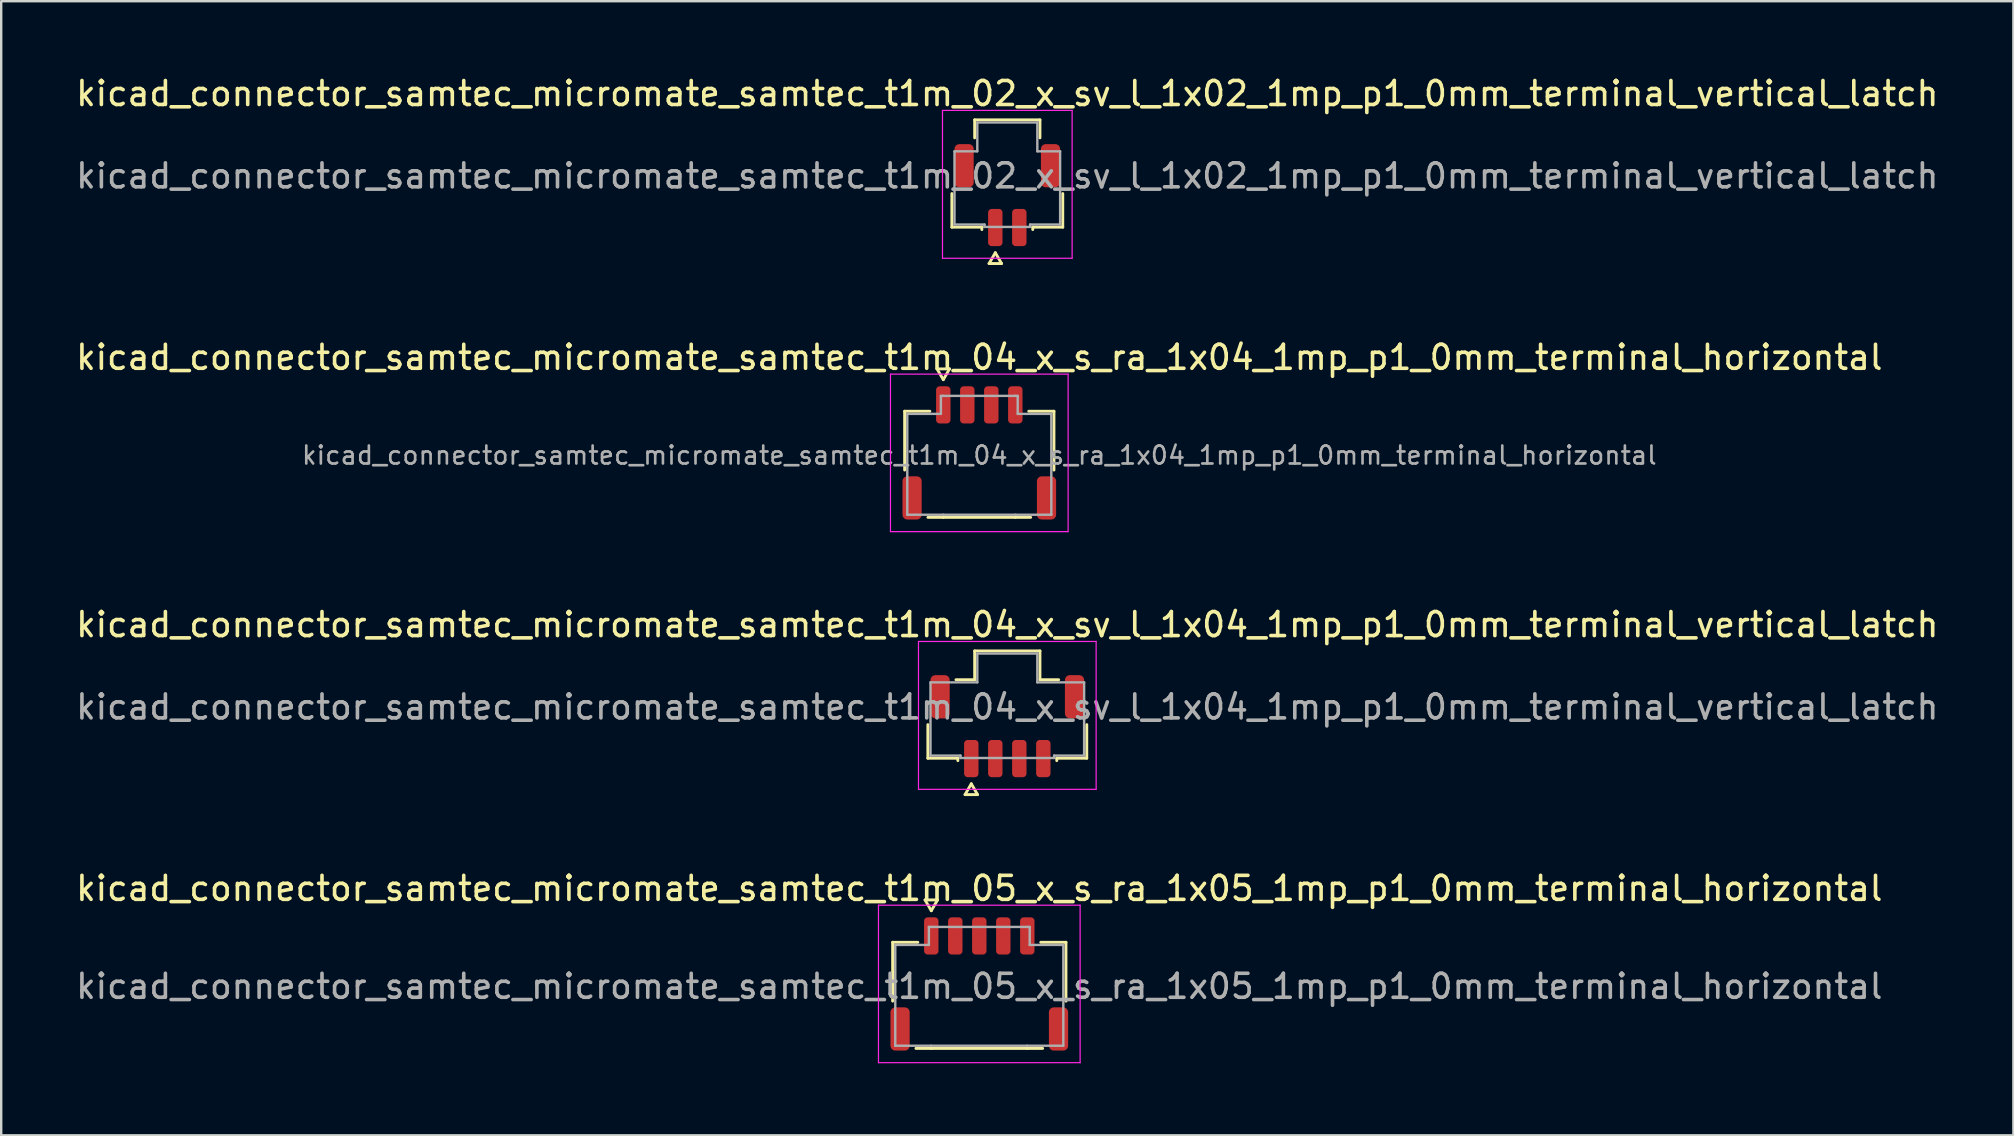
<source format=kicad_pcb>
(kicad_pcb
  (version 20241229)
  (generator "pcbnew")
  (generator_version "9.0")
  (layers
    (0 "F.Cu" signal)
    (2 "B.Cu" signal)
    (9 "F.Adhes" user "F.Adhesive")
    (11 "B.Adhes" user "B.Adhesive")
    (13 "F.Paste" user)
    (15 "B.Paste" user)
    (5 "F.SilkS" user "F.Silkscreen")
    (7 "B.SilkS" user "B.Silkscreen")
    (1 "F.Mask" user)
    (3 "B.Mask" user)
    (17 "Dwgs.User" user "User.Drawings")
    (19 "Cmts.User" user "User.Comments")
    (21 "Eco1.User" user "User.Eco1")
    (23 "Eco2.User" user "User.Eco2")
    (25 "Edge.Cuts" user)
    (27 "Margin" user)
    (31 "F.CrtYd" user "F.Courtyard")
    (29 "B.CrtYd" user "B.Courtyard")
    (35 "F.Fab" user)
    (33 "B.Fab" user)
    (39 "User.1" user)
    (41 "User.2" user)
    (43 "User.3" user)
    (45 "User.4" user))
  (footprint "kicad_connector_samtec_micromate_samtec_t1m_05_x_s_ra_1x05_1mp_p1_0mm_terminal_horizontal"
    (layer "F.Cu")
    (at 37.744 38.038)
    (property "Reference" "kicad_connector_samtec_micromate_samtec_t1m_05_x_s_ra_1x05_1mp_p1_0mm_terminal_horizontal" (at 0 -4.08 0) (layer "F.SilkS") (effects (font (size 1 1) (thickness 0.15))))
    (attr smd)
    (fp_line (start -3.61 -1.835) (end -2.56 -1.835) (stroke (width 0.12) (type solid)) (layer "F.SilkS"))
    (fp_line (start -3.61 0.615) (end -3.61 -1.835) (stroke (width 0.12) (type solid)) (layer "F.SilkS"))
    (fp_line (start -2.26 -3.6) (end -2 -3.15) (stroke (width 0.12) (type solid)) (layer "F.SilkS"))
    (fp_line (start -2 -3.15) (end -1.74 -3.6) (stroke (width 0.12) (type solid)) (layer "F.SilkS"))
    (fp_line (start -2 2.585) (end -2.64 2.585) (stroke (width 0.12) (type solid)) (layer "F.SilkS"))
    (fp_line (start -1.74 -3.6) (end -2.26 -3.6) (stroke (width 0.12) (type solid)) (layer "F.SilkS"))
    (fp_line (start 2 2.585) (end -2 2.585) (stroke (width 0.12) (type solid)) (layer "F.SilkS"))
    (fp_line (start 2.56 -1.835) (end 3.61 -1.835) (stroke (width 0.12) (type solid)) (layer "F.SilkS"))
    (fp_line (start 2.64 2.585) (end 2 2.585) (stroke (width 0.12) (type solid)) (layer "F.SilkS"))
    (fp_line (start 3.61 -1.835) (end 3.61 0.615) (stroke (width 0.12) (type solid)) (layer "F.SilkS"))
    (fp_line (start -4.2 -3.38) (end -4.2 3.18) (stroke (width 0.05) (type solid)) (layer "F.CrtYd"))
    (fp_line (start -4.2 3.18) (end 4.2 3.18) (stroke (width 0.05) (type solid)) (layer "F.CrtYd"))
    (fp_line (start 4.2 -3.38) (end -4.2 -3.38) (stroke (width 0.05) (type solid)) (layer "F.CrtYd"))
    (fp_line (start 4.2 3.18) (end 4.2 -3.38) (stroke (width 0.05) (type solid)) (layer "F.CrtYd"))
    (fp_line (start -3.5 -1.725) (end -2.1 -1.725) (stroke (width 0.1) (type solid)) (layer "F.Fab"))
    (fp_line (start -3.5 2.475) (end -3.5 -1.725) (stroke (width 0.1) (type solid)) (layer "F.Fab"))
    (fp_line (start -2.1 -2.475) (end -2 -2.475) (stroke (width 0.1) (type solid)) (layer "F.Fab"))
    (fp_line (start -2.1 -1.725) (end -2.1 -2.475) (stroke (width 0.1) (type solid)) (layer "F.Fab"))
    (fp_line (start -2 -2.475) (end 2 -2.475) (stroke (width 0.1) (type solid)) (layer "F.Fab"))
    (fp_line (start -2 2.475) (end -3.5 2.475) (stroke (width 0.1) (type solid)) (layer "F.Fab"))
    (fp_line (start 2 -2.475) (end 2.1 -2.475) (stroke (width 0.1) (type solid)) (layer "F.Fab"))
    (fp_line (start 2 2.475) (end -2 2.475) (stroke (width 0.1) (type solid)) (layer "F.Fab"))
    (fp_line (start 2.1 -2.475) (end 2.1 -1.725) (stroke (width 0.1) (type solid)) (layer "F.Fab"))
    (fp_line (start 2.1 -1.725) (end 3.5 -1.725) (stroke (width 0.1) (type solid)) (layer "F.Fab"))
    (fp_line (start 3.5 -1.725) (end 3.5 2.475) (stroke (width 0.1) (type solid)) (layer "F.Fab"))
    (fp_line (start 3.5 2.475) (end 2 2.475) (stroke (width 0.1) (type solid)) (layer "F.Fab"))
    (fp_text user "${REFERENCE}" (at 0 0 0) (layer "F.Fab") (effects (font (size 1 1) (thickness 0.15))))
    (pad "1" smd roundrect (at -2 -2.1) (size 0.6 1.55) (layers "F.Cu" "F.Mask" "F.Paste") (roundrect_rratio 0.25))
    (pad "2" smd roundrect (at -1 -2.1) (size 0.6 1.55) (layers "F.Cu" "F.Mask" "F.Paste") (roundrect_rratio 0.25))
    (pad "3" smd roundrect (at 0 -2.1) (size 0.6 1.55) (layers "F.Cu" "F.Mask" "F.Paste") (roundrect_rratio 0.25))
    (pad "4" smd roundrect (at 1 -2.1) (size 0.6 1.55) (layers "F.Cu" "F.Mask" "F.Paste") (roundrect_rratio 0.25))
    (pad "5" smd roundrect (at 2 -2.1) (size 0.6 1.55) (layers "F.Cu" "F.Mask" "F.Paste") (roundrect_rratio 0.25))
    (pad "MP" smd roundrect (at -3.3 1.775) (size 0.8 1.8) (layers "F.Cu" "F.Mask" "F.Paste") (roundrect_rratio 0.25))
    (pad "MP" smd roundrect (at 3.3 1.775) (size 0.8 1.8) (layers "F.Cu" "F.Mask" "F.Paste") (roundrect_rratio 0.25)))
  (footprint "kicad_connector_samtec_micromate_samtec_t1m_04_x_s_ra_1x04_1mp_p1_0mm_terminal_horizontal"
    (layer "F.Cu")
    (at 37.744 15.916)
    (property "Reference" "kicad_connector_samtec_micromate_samtec_t1m_04_x_s_ra_1x04_1mp_p1_0mm_terminal_horizontal" (at 0 -4.08 0) (layer "F.SilkS") (effects (font (size 1 1) (thickness 0.15))))
    (attr smd)
    (fp_line (start -3.11 -1.835) (end -2.06 -1.835) (stroke (width 0.12) (type solid)) (layer "F.SilkS"))
    (fp_line (start -3.11 0.615) (end -3.11 -1.835) (stroke (width 0.12) (type solid)) (layer "F.SilkS"))
    (fp_line (start -1.76 -3.6) (end -1.5 -3.15) (stroke (width 0.12) (type solid)) (layer "F.SilkS"))
    (fp_line (start -1.5 -3.15) (end -1.24 -3.6) (stroke (width 0.12) (type solid)) (layer "F.SilkS"))
    (fp_line (start -1.5 2.585) (end -2.14 2.585) (stroke (width 0.12) (type solid)) (layer "F.SilkS"))
    (fp_line (start -1.24 -3.6) (end -1.76 -3.6) (stroke (width 0.12) (type solid)) (layer "F.SilkS"))
    (fp_line (start 1.5 2.585) (end -1.5 2.585) (stroke (width 0.12) (type solid)) (layer "F.SilkS"))
    (fp_line (start 2.06 -1.835) (end 3.11 -1.835) (stroke (width 0.12) (type solid)) (layer "F.SilkS"))
    (fp_line (start 2.14 2.585) (end 1.5 2.585) (stroke (width 0.12) (type solid)) (layer "F.SilkS"))
    (fp_line (start 3.11 -1.835) (end 3.11 0.615) (stroke (width 0.12) (type solid)) (layer "F.SilkS"))
    (fp_line (start -3.7 -3.38) (end -3.7 3.18) (stroke (width 0.05) (type solid)) (layer "F.CrtYd"))
    (fp_line (start -3.7 3.18) (end 3.7 3.18) (stroke (width 0.05) (type solid)) (layer "F.CrtYd"))
    (fp_line (start 3.7 -3.38) (end -3.7 -3.38) (stroke (width 0.05) (type solid)) (layer "F.CrtYd"))
    (fp_line (start 3.7 3.18) (end 3.7 -3.38) (stroke (width 0.05) (type solid)) (layer "F.CrtYd"))
    (fp_line (start -3 -1.725) (end -1.6 -1.725) (stroke (width 0.1) (type solid)) (layer "F.Fab"))
    (fp_line (start -3 2.475) (end -3 -1.725) (stroke (width 0.1) (type solid)) (layer "F.Fab"))
    (fp_line (start -1.6 -2.475) (end -1.5 -2.475) (stroke (width 0.1) (type solid)) (layer "F.Fab"))
    (fp_line (start -1.6 -1.725) (end -1.6 -2.475) (stroke (width 0.1) (type solid)) (layer "F.Fab"))
    (fp_line (start -1.5 -2.475) (end 1.5 -2.475) (stroke (width 0.1) (type solid)) (layer "F.Fab"))
    (fp_line (start -1.5 2.475) (end -3 2.475) (stroke (width 0.1) (type solid)) (layer "F.Fab"))
    (fp_line (start 1.5 -2.475) (end 1.6 -2.475) (stroke (width 0.1) (type solid)) (layer "F.Fab"))
    (fp_line (start 1.5 2.475) (end -1.5 2.475) (stroke (width 0.1) (type solid)) (layer "F.Fab"))
    (fp_line (start 1.6 -2.475) (end 1.6 -1.725) (stroke (width 0.1) (type solid)) (layer "F.Fab"))
    (fp_line (start 1.6 -1.725) (end 3 -1.725) (stroke (width 0.1) (type solid)) (layer "F.Fab"))
    (fp_line (start 3 -1.725) (end 3 2.475) (stroke (width 0.1) (type solid)) (layer "F.Fab"))
    (fp_line (start 3 2.475) (end 1.5 2.475) (stroke (width 0.1) (type solid)) (layer "F.Fab"))
    (fp_text user "${REFERENCE}" (at 0 0 0) (layer "F.Fab") (effects (font (size 0.75 0.75) (thickness 0.11))))
    (pad "1" smd roundrect (at -1.5 -2.1) (size 0.6 1.55) (layers "F.Cu" "F.Mask" "F.Paste") (roundrect_rratio 0.25))
    (pad "2" smd roundrect (at -0.5 -2.1) (size 0.6 1.55) (layers "F.Cu" "F.Mask" "F.Paste") (roundrect_rratio 0.25))
    (pad "3" smd roundrect (at 0.5 -2.1) (size 0.6 1.55) (layers "F.Cu" "F.Mask" "F.Paste") (roundrect_rratio 0.25))
    (pad "4" smd roundrect (at 1.5 -2.1) (size 0.6 1.55) (layers "F.Cu" "F.Mask" "F.Paste") (roundrect_rratio 0.25))
    (pad "MP" smd roundrect (at -2.8 1.775) (size 0.8 1.8) (layers "F.Cu" "F.Mask" "F.Paste") (roundrect_rratio 0.25))
    (pad "MP" smd roundrect (at 2.8 1.775) (size 0.8 1.8) (layers "F.Cu" "F.Mask" "F.Paste") (roundrect_rratio 0.25)))
  (footprint "kicad_connector_samtec_micromate_samtec_t1m_04_x_sv_l_1x04_1mp_p1_0mm_terminal_vertical_latch"
    (layer "F.Cu")
    (at 38.911 26.4)
    (property "Reference" "kicad_connector_samtec_micromate_samtec_t1m_04_x_sv_l_1x04_1mp_p1_0mm_terminal_vertical_latch" (at 0 -3.43 0) (layer "F.SilkS") (effects (font (size 1 1) (thickness 0.15))))
    (attr smd)
    (fp_line (start -3.31 2.135) (end -3.31 0.735) (stroke (width 0.12) (type solid)) (layer "F.SilkS"))
    (fp_line (start -2.14 -1.135) (end -1.36 -1.135) (stroke (width 0.12) (type solid)) (layer "F.SilkS"))
    (fp_line (start -2.06 2.135) (end -3.31 2.135) (stroke (width 0.12) (type solid)) (layer "F.SilkS"))
    (fp_line (start -2.06 2.235) (end -2.06 2.135) (stroke (width 0.12) (type solid)) (layer "F.SilkS"))
    (fp_line (start -1.76 3.65) (end -1.5 3.2) (stroke (width 0.12) (type solid)) (layer "F.SilkS"))
    (fp_line (start -1.5 3.2) (end -1.24 3.65) (stroke (width 0.12) (type solid)) (layer "F.SilkS"))
    (fp_line (start -1.36 -2.335) (end 1.36 -2.335) (stroke (width 0.12) (type solid)) (layer "F.SilkS"))
    (fp_line (start -1.36 -1.135) (end -1.36 -2.335) (stroke (width 0.12) (type solid)) (layer "F.SilkS"))
    (fp_line (start -1.24 3.65) (end -1.76 3.65) (stroke (width 0.12) (type solid)) (layer "F.SilkS"))
    (fp_line (start 1.36 -2.335) (end 1.36 -1.135) (stroke (width 0.12) (type solid)) (layer "F.SilkS"))
    (fp_line (start 1.36 -1.135) (end 2.14 -1.135) (stroke (width 0.12) (type solid)) (layer "F.SilkS"))
    (fp_line (start 2.06 2.135) (end 2.06 2.235) (stroke (width 0.12) (type solid)) (layer "F.SilkS"))
    (fp_line (start 3.31 0.735) (end 3.31 2.135) (stroke (width 0.12) (type solid)) (layer "F.SilkS"))
    (fp_line (start 3.31 2.135) (end 2.06 2.135) (stroke (width 0.12) (type solid)) (layer "F.SilkS"))
    (fp_line (start -3.7 -2.73) (end -3.7 3.43) (stroke (width 0.05) (type solid)) (layer "F.CrtYd"))
    (fp_line (start -3.7 3.43) (end 3.7 3.43) (stroke (width 0.05) (type solid)) (layer "F.CrtYd"))
    (fp_line (start 3.7 -2.73) (end -3.7 -2.73) (stroke (width 0.05) (type solid)) (layer "F.CrtYd"))
    (fp_line (start 3.7 3.43) (end 3.7 -2.73) (stroke (width 0.05) (type solid)) (layer "F.CrtYd"))
    (fp_line (start -3.2 -1.025) (end -1.25 -1.025) (stroke (width 0.1) (type solid)) (layer "F.Fab"))
    (fp_line (start -3.2 2.025) (end -3.2 -1.025) (stroke (width 0.1) (type solid)) (layer "F.Fab"))
    (fp_line (start -1.95 2.025) (end -3.2 2.025) (stroke (width 0.1) (type solid)) (layer "F.Fab"))
    (fp_line (start -1.95 2.125) (end -1.95 2.025) (stroke (width 0.1) (type solid)) (layer "F.Fab"))
    (fp_line (start -1.25 -2.225) (end 1.25 -2.225) (stroke (width 0.1) (type solid)) (layer "F.Fab"))
    (fp_line (start -1.25 -1.025) (end -1.25 -2.225) (stroke (width 0.1) (type solid)) (layer "F.Fab"))
    (fp_line (start 1.25 -2.225) (end 1.25 -1.025) (stroke (width 0.1) (type solid)) (layer "F.Fab"))
    (fp_line (start 1.25 -1.025) (end 3.2 -1.025) (stroke (width 0.1) (type solid)) (layer "F.Fab"))
    (fp_line (start 1.95 2.025) (end 1.95 2.125) (stroke (width 0.1) (type solid)) (layer "F.Fab"))
    (fp_line (start 1.95 2.125) (end -1.95 2.125) (stroke (width 0.1) (type solid)) (layer "F.Fab"))
    (fp_line (start 3.2 -1.025) (end 3.2 2.025) (stroke (width 0.1) (type solid)) (layer "F.Fab"))
    (fp_line (start 3.2 2.025) (end 1.95 2.025) (stroke (width 0.1) (type solid)) (layer "F.Fab"))
    (fp_text user "${REFERENCE}" (at 0 0 0) (layer "F.Fab") (effects (font (size 1 1) (thickness 0.15))))
    (pad "1" smd roundrect (at -1.5 2.15) (size 0.6 1.55) (layers "F.Cu" "F.Mask" "F.Paste") (roundrect_rratio 0.25))
    (pad "2" smd roundrect (at -0.5 2.15) (size 0.6 1.55) (layers "F.Cu" "F.Mask" "F.Paste") (roundrect_rratio 0.25))
    (pad "3" smd roundrect (at 0.5 2.15) (size 0.6 1.55) (layers "F.Cu" "F.Mask" "F.Paste") (roundrect_rratio 0.25))
    (pad "4" smd roundrect (at 1.5 2.15) (size 0.6 1.55) (layers "F.Cu" "F.Mask" "F.Paste") (roundrect_rratio 0.25))
    (pad "MP" smd roundrect (at -2.8 -0.425) (size 0.8 1.8) (layers "F.Cu" "F.Mask" "F.Paste") (roundrect_rratio 0.25))
    (pad "MP" smd roundrect (at 2.8 -0.425) (size 0.8 1.8) (layers "F.Cu" "F.Mask" "F.Paste") (roundrect_rratio 0.25)))
  (footprint "kicad_connector_samtec_micromate_samtec_t1m_02_x_sv_l_1x02_1mp_p1_0mm_terminal_vertical_latch"
    (layer "F.Cu")
    (at 38.911 4.278)
    (property "Reference" "kicad_connector_samtec_micromate_samtec_t1m_02_x_sv_l_1x02_1mp_p1_0mm_terminal_vertical_latch" (at 0 -3.43 0) (layer "F.SilkS") (effects (font (size 1 1) (thickness 0.15))))
    (attr smd)
    (fp_line (start -2.31 2.135) (end -2.31 0.735) (stroke (width 0.12) (type solid)) (layer "F.SilkS"))
    (fp_line (start -1.36 -2.335) (end 1.36 -2.335) (stroke (width 0.12) (type solid)) (layer "F.SilkS"))
    (fp_line (start -1.36 -1.585) (end -1.36 -2.335) (stroke (width 0.12) (type solid)) (layer "F.SilkS"))
    (fp_line (start -1.06 2.135) (end -2.31 2.135) (stroke (width 0.12) (type solid)) (layer "F.SilkS"))
    (fp_line (start -1.06 2.235) (end -1.06 2.135) (stroke (width 0.12) (type solid)) (layer "F.SilkS"))
    (fp_line (start -0.76 3.65) (end -0.5 3.2) (stroke (width 0.12) (type solid)) (layer "F.SilkS"))
    (fp_line (start -0.5 3.2) (end -0.24 3.65) (stroke (width 0.12) (type solid)) (layer "F.SilkS"))
    (fp_line (start -0.24 3.65) (end -0.76 3.65) (stroke (width 0.12) (type solid)) (layer "F.SilkS"))
    (fp_line (start 1.06 2.135) (end 1.06 2.235) (stroke (width 0.12) (type solid)) (layer "F.SilkS"))
    (fp_line (start 1.36 -2.335) (end 1.36 -1.585) (stroke (width 0.12) (type solid)) (layer "F.SilkS"))
    (fp_line (start 2.31 0.735) (end 2.31 2.135) (stroke (width 0.12) (type solid)) (layer "F.SilkS"))
    (fp_line (start 2.31 2.135) (end 1.06 2.135) (stroke (width 0.12) (type solid)) (layer "F.SilkS"))
    (fp_line (start -2.7 -2.73) (end -2.7 3.43) (stroke (width 0.05) (type solid)) (layer "F.CrtYd"))
    (fp_line (start -2.7 3.43) (end 2.7 3.43) (stroke (width 0.05) (type solid)) (layer "F.CrtYd"))
    (fp_line (start 2.7 -2.73) (end -2.7 -2.73) (stroke (width 0.05) (type solid)) (layer "F.CrtYd"))
    (fp_line (start 2.7 3.43) (end 2.7 -2.73) (stroke (width 0.05) (type solid)) (layer "F.CrtYd"))
    (fp_line (start -2.2 -1.025) (end -1.25 -1.025) (stroke (width 0.1) (type solid)) (layer "F.Fab"))
    (fp_line (start -2.2 2.025) (end -2.2 -1.025) (stroke (width 0.1) (type solid)) (layer "F.Fab"))
    (fp_line (start -1.25 -2.225) (end 1.25 -2.225) (stroke (width 0.1) (type solid)) (layer "F.Fab"))
    (fp_line (start -1.25 -1.025) (end -1.25 -2.225) (stroke (width 0.1) (type solid)) (layer "F.Fab"))
    (fp_line (start -0.95 2.025) (end -2.2 2.025) (stroke (width 0.1) (type solid)) (layer "F.Fab"))
    (fp_line (start -0.95 2.125) (end -0.95 2.025) (stroke (width 0.1) (type solid)) (layer "F.Fab"))
    (fp_line (start 0.95 2.025) (end 0.95 2.125) (stroke (width 0.1) (type solid)) (layer "F.Fab"))
    (fp_line (start 0.95 2.125) (end -0.95 2.125) (stroke (width 0.1) (type solid)) (layer "F.Fab"))
    (fp_line (start 1.25 -2.225) (end 1.25 -1.025) (stroke (width 0.1) (type solid)) (layer "F.Fab"))
    (fp_line (start 1.25 -1.025) (end 2.2 -1.025) (stroke (width 0.1) (type solid)) (layer "F.Fab"))
    (fp_line (start 2.2 -1.025) (end 2.2 2.025) (stroke (width 0.1) (type solid)) (layer "F.Fab"))
    (fp_line (start 2.2 2.025) (end 0.95 2.025) (stroke (width 0.1) (type solid)) (layer "F.Fab"))
    (fp_text user "${REFERENCE}" (at 0 0 0) (layer "F.Fab") (effects (font (size 1 1) (thickness 0.15))))
    (pad "1" smd roundrect (at -0.5 2.15) (size 0.6 1.55) (layers "F.Cu" "F.Mask" "F.Paste") (roundrect_rratio 0.25))
    (pad "2" smd roundrect (at 0.5 2.15) (size 0.6 1.55) (layers "F.Cu" "F.Mask" "F.Paste") (roundrect_rratio 0.25))
    (pad "MP" smd roundrect (at -1.8 -0.425) (size 0.8 1.8) (layers "F.Cu" "F.Mask" "F.Paste") (roundrect_rratio 0.25))
    (pad "MP" smd roundrect (at 1.8 -0.425) (size 0.8 1.8) (layers "F.Cu" "F.Mask" "F.Paste") (roundrect_rratio 0.25)))
  (gr_rect
    (start -3 -3)
    (end 80.821 44.243)
    (stroke (width 0.1) (type default))
    (fill no)
    (layer "Edge.Cuts")))
</source>
